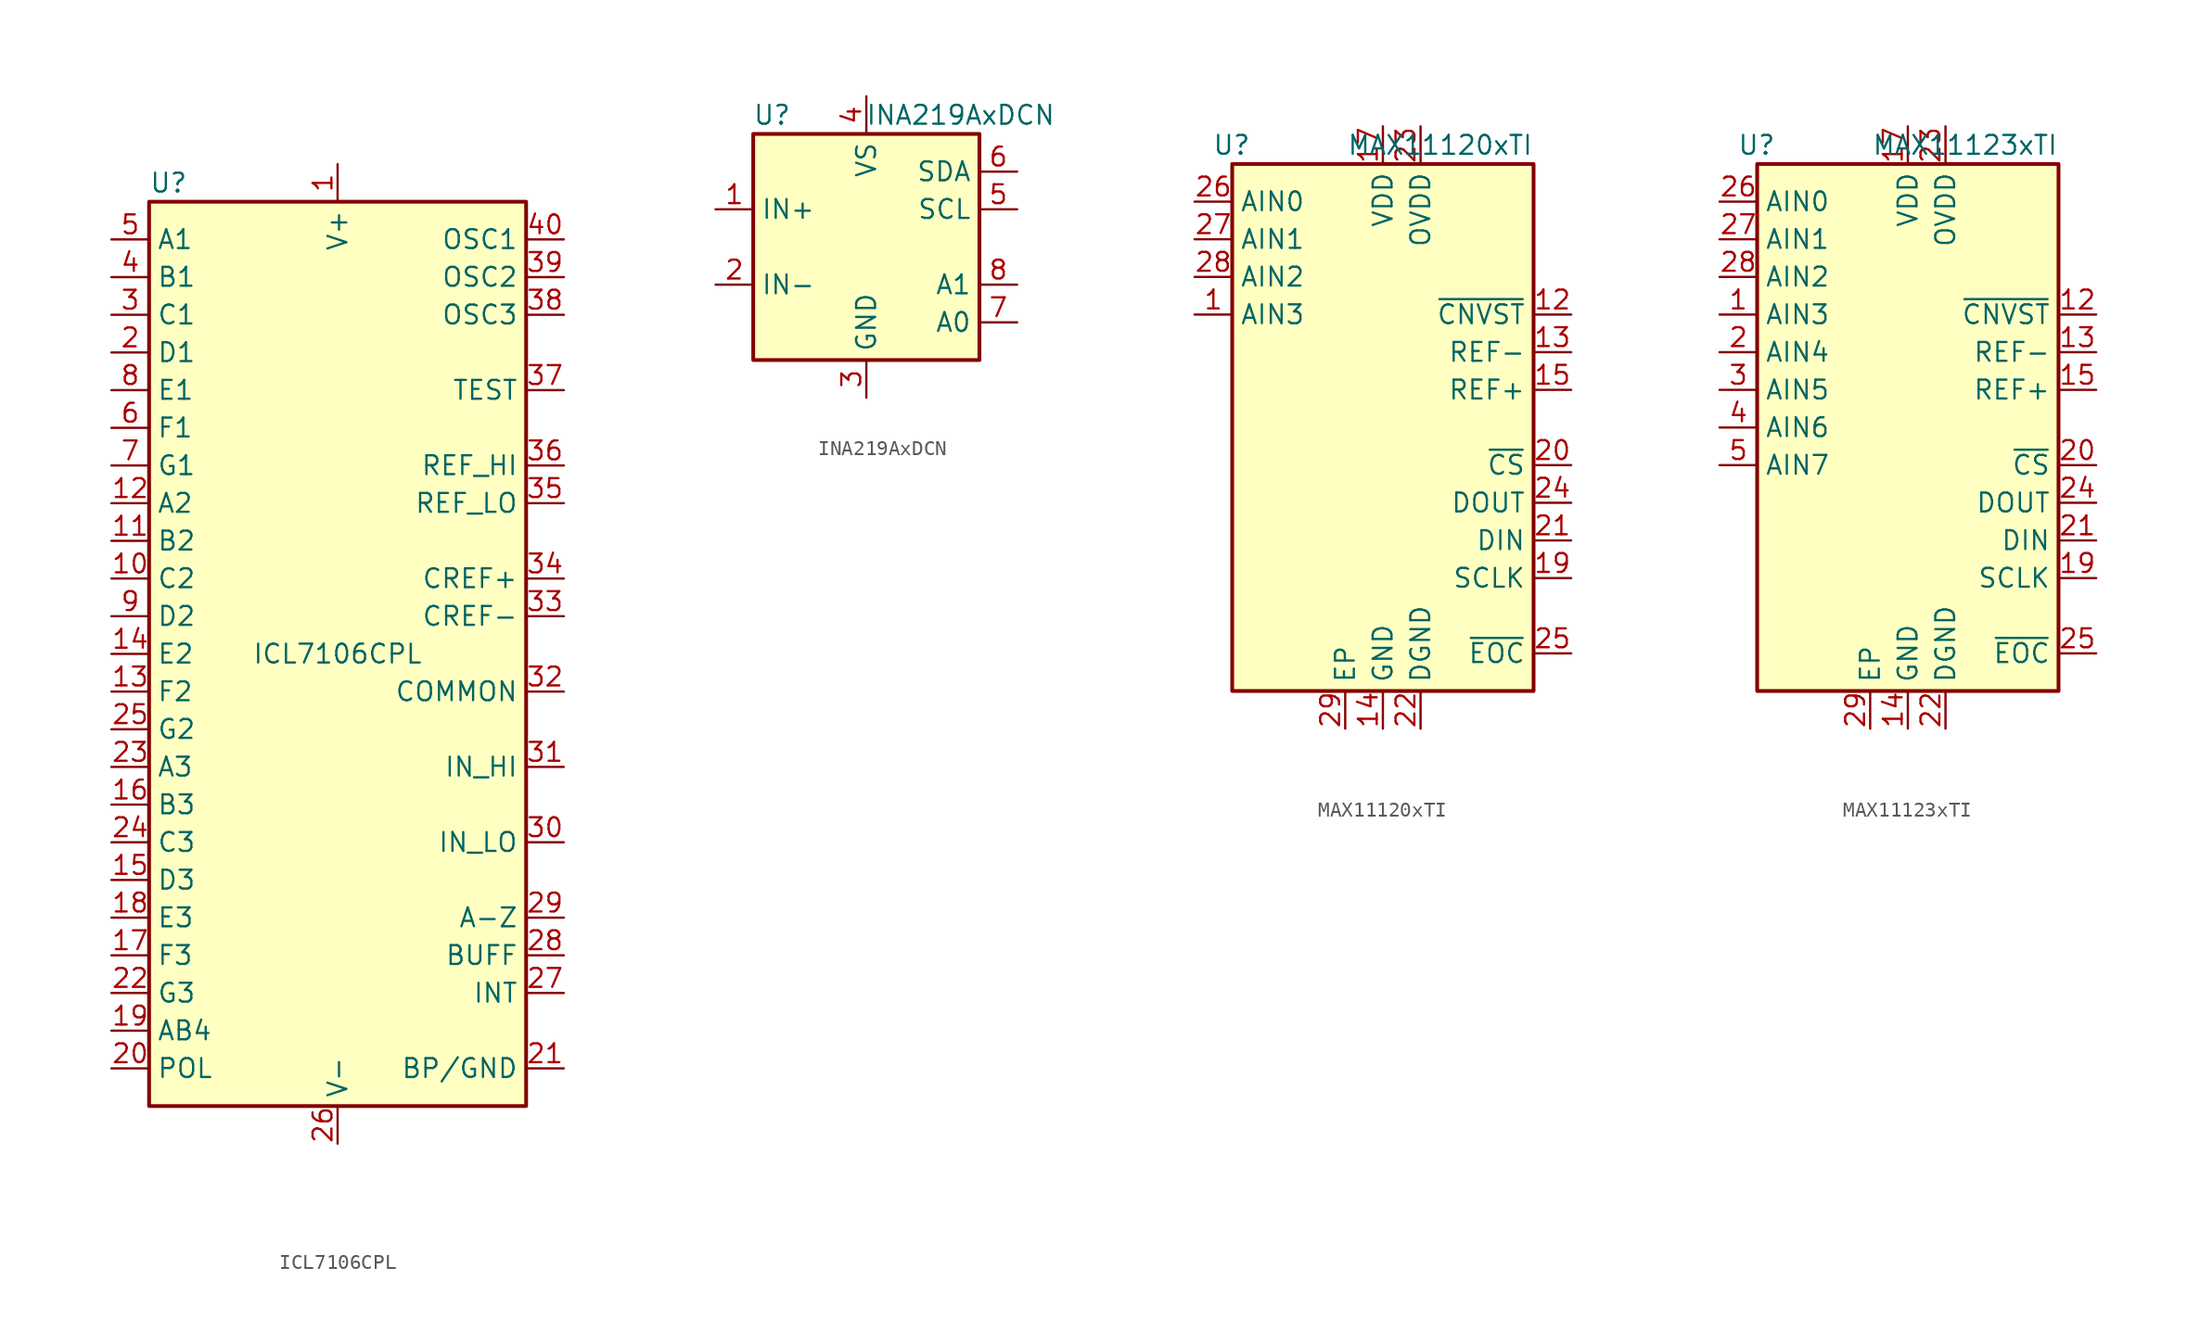
<source format=kicad_sym>
(kicad_symbol_lib
  (version 20201005)
  (generator kicad_symbol_editor)
  (symbol "Analog_ADC:ICL7106CPL"
    (property "Reference" "U"
      (at -12.7 31.75 0)
      (effects (font (size 1.27 1.27)) (justify left)))
    (property "Value" "ICL7106CPL"
      (at 0 0 0)
      (effects (font (size 1.27 1.27))))
    (symbol "ICL7106CPL_0_1"
      (rectangle (start -12.7 30.48) (end 12.7 -30.48) (stroke (width 0.254)) (fill (type background))))
    (symbol "ICL7106CPL_1_1"
      (pin power_in line (at 0 33.02 270) (length 2.54) (name "V+" (effects (font (size 1.27 1.27)))) (number "1" (effects (font (size 1.27 1.27)))))
      (pin output line (at -15.24 5.08 0) (length 2.54) (name "C2" (effects (font (size 1.27 1.27)))) (number "10" (effects (font (size 1.27 1.27)))))
      (pin output line (at -15.24 7.62 0) (length 2.54) (name "B2" (effects (font (size 1.27 1.27)))) (number "11" (effects (font (size 1.27 1.27)))))
      (pin output line (at -15.24 10.16 0) (length 2.54) (name "A2" (effects (font (size 1.27 1.27)))) (number "12" (effects (font (size 1.27 1.27)))))
      (pin output line (at -15.24 -2.54 0) (length 2.54) (name "F2" (effects (font (size 1.27 1.27)))) (number "13" (effects (font (size 1.27 1.27)))))
      (pin output line (at -15.24 0 0) (length 2.54) (name "E2" (effects (font (size 1.27 1.27)))) (number "14" (effects (font (size 1.27 1.27)))))
      (pin output line (at -15.24 -15.24 0) (length 2.54) (name "D3" (effects (font (size 1.27 1.27)))) (number "15" (effects (font (size 1.27 1.27)))))
      (pin output line (at -15.24 -10.16 0) (length 2.54) (name "B3" (effects (font (size 1.27 1.27)))) (number "16" (effects (font (size 1.27 1.27)))))
      (pin output line (at -15.24 -20.32 0) (length 2.54) (name "F3" (effects (font (size 1.27 1.27)))) (number "17" (effects (font (size 1.27 1.27)))))
      (pin output line (at -15.24 -17.78 0) (length 2.54) (name "E3" (effects (font (size 1.27 1.27)))) (number "18" (effects (font (size 1.27 1.27)))))
      (pin output line (at -15.24 -25.4 0) (length 2.54) (name "AB4" (effects (font (size 1.27 1.27)))) (number "19" (effects (font (size 1.27 1.27)))))
      (pin output line (at -15.24 20.32 0) (length 2.54) (name "D1" (effects (font (size 1.27 1.27)))) (number "2" (effects (font (size 1.27 1.27)))))
      (pin output line (at -15.24 -27.94 0) (length 2.54) (name "POL" (effects (font (size 1.27 1.27)))) (number "20" (effects (font (size 1.27 1.27)))))
      (pin bidirectional line (at 15.24 -27.94 180) (length 2.54) (name "BP/GND" (effects (font (size 1.27 1.27)))) (number "21" (effects (font (size 1.27 1.27)))))
      (pin output line (at -15.24 -22.86 0) (length 2.54) (name "G3" (effects (font (size 1.27 1.27)))) (number "22" (effects (font (size 1.27 1.27)))))
      (pin output line (at -15.24 -7.62 0) (length 2.54) (name "A3" (effects (font (size 1.27 1.27)))) (number "23" (effects (font (size 1.27 1.27)))))
      (pin output line (at -15.24 -12.7 0) (length 2.54) (name "C3" (effects (font (size 1.27 1.27)))) (number "24" (effects (font (size 1.27 1.27)))))
      (pin output line (at -15.24 -5.08 0) (length 2.54) (name "G2" (effects (font (size 1.27 1.27)))) (number "25" (effects (font (size 1.27 1.27)))))
      (pin power_in line (at 0 -33.02 90) (length 2.54) (name "V-" (effects (font (size 1.27 1.27)))) (number "26" (effects (font (size 1.27 1.27)))))
      (pin passive line (at 15.24 -22.86 180) (length 2.54) (name "INT" (effects (font (size 1.27 1.27)))) (number "27" (effects (font (size 1.27 1.27)))))
      (pin output line (at 15.24 -20.32 180) (length 2.54) (name "BUFF" (effects (font (size 1.27 1.27)))) (number "28" (effects (font (size 1.27 1.27)))))
      (pin passive line (at 15.24 -17.78 180) (length 2.54) (name "A-Z" (effects (font (size 1.27 1.27)))) (number "29" (effects (font (size 1.27 1.27)))))
      (pin output line (at -15.24 22.86 0) (length 2.54) (name "C1" (effects (font (size 1.27 1.27)))) (number "3" (effects (font (size 1.27 1.27)))))
      (pin input line (at 15.24 -12.7 180) (length 2.54) (name "IN_LO" (effects (font (size 1.27 1.27)))) (number "30" (effects (font (size 1.27 1.27)))))
      (pin input line (at 15.24 -7.62 180) (length 2.54) (name "IN_HI" (effects (font (size 1.27 1.27)))) (number "31" (effects (font (size 1.27 1.27)))))
      (pin output line (at 15.24 -2.54 180) (length 2.54) (name "COMMON" (effects (font (size 1.27 1.27)))) (number "32" (effects (font (size 1.27 1.27)))))
      (pin passive line (at 15.24 2.54 180) (length 2.54) (name "CREF-" (effects (font (size 1.27 1.27)))) (number "33" (effects (font (size 1.27 1.27)))))
      (pin passive line (at 15.24 5.08 180) (length 2.54) (name "CREF+" (effects (font (size 1.27 1.27)))) (number "34" (effects (font (size 1.27 1.27)))))
      (pin passive line (at 15.24 10.16 180) (length 2.54) (name "REF_LO" (effects (font (size 1.27 1.27)))) (number "35" (effects (font (size 1.27 1.27)))))
      (pin passive line (at 15.24 12.7 180) (length 2.54) (name "REF_HI" (effects (font (size 1.27 1.27)))) (number "36" (effects (font (size 1.27 1.27)))))
      (pin passive line (at 15.24 17.78 180) (length 2.54) (name "TEST" (effects (font (size 1.27 1.27)))) (number "37" (effects (font (size 1.27 1.27)))))
      (pin passive line (at 15.24 22.86 180) (length 2.54) (name "OSC3" (effects (font (size 1.27 1.27)))) (number "38" (effects (font (size 1.27 1.27)))))
      (pin passive line (at 15.24 25.4 180) (length 2.54) (name "OSC2" (effects (font (size 1.27 1.27)))) (number "39" (effects (font (size 1.27 1.27)))))
      (pin output line (at -15.24 25.4 0) (length 2.54) (name "B1" (effects (font (size 1.27 1.27)))) (number "4" (effects (font (size 1.27 1.27)))))
      (pin passive line (at 15.24 27.94 180) (length 2.54) (name "OSC1" (effects (font (size 1.27 1.27)))) (number "40" (effects (font (size 1.27 1.27)))))
      (pin output line (at -15.24 27.94 0) (length 2.54) (name "A1" (effects (font (size 1.27 1.27)))) (number "5" (effects (font (size 1.27 1.27)))))
      (pin output line (at -15.24 15.24 0) (length 2.54) (name "F1" (effects (font (size 1.27 1.27)))) (number "6" (effects (font (size 1.27 1.27)))))
      (pin output line (at -15.24 12.7 0) (length 2.54) (name "G1" (effects (font (size 1.27 1.27)))) (number "7" (effects (font (size 1.27 1.27)))))
      (pin output line (at -15.24 17.78 0) (length 2.54) (name "E1" (effects (font (size 1.27 1.27)))) (number "8" (effects (font (size 1.27 1.27)))))
      (pin output line (at -15.24 2.54 0) (length 2.54) (name "D2" (effects (font (size 1.27 1.27)))) (number "9" (effects (font (size 1.27 1.27)))))))
  (symbol "Analog_ADC:INA219AxDCN"
    (property "Reference" "U"
      (at -6.35 8.89 0)
      (effects (font (size 1.27 1.27))))
    (property "Value" "INA219AxDCN"
      (at 6.35 8.89 0)
      (effects (font (size 1.27 1.27))))
    (symbol "INA219AxDCN_0_1"
      (rectangle (start -7.62 7.62) (end 7.62 -7.62) (stroke (width 0.254)) (fill (type background))))
    (symbol "INA219AxDCN_1_1"
      (pin input line (at -10.16 2.54 0) (length 2.54) (name "IN+" (effects (font (size 1.27 1.27)))) (number "1" (effects (font (size 1.27 1.27)))))
      (pin input line (at -10.16 -2.54 0) (length 2.54) (name "IN-" (effects (font (size 1.27 1.27)))) (number "2" (effects (font (size 1.27 1.27)))))
      (pin power_in line (at 0 -10.16 90) (length 2.54) (name "GND" (effects (font (size 1.27 1.27)))) (number "3" (effects (font (size 1.27 1.27)))))
      (pin power_in line (at 0 10.16 270) (length 2.54) (name "VS" (effects (font (size 1.27 1.27)))) (number "4" (effects (font (size 1.27 1.27)))))
      (pin input line (at 10.16 2.54 180) (length 2.54) (name "SCL" (effects (font (size 1.27 1.27)))) (number "5" (effects (font (size 1.27 1.27)))))
      (pin bidirectional line (at 10.16 5.08 180) (length 2.54) (name "SDA" (effects (font (size 1.27 1.27)))) (number "6" (effects (font (size 1.27 1.27)))))
      (pin input line (at 10.16 -5.08 180) (length 2.54) (name "A0" (effects (font (size 1.27 1.27)))) (number "7" (effects (font (size 1.27 1.27)))))
      (pin input line (at 10.16 -2.54 180) (length 2.54) (name "A1" (effects (font (size 1.27 1.27)))) (number "8" (effects (font (size 1.27 1.27)))))))
  (symbol "Analog_ADC:MAX11120xTI"
    (property "Reference" "U"
      (at -8.89 19.05 0)
      (effects (font (size 1.27 1.27)) (justify right)))
    (property "Value" "MAX11120xTI"
      (at 10.16 19.05 0)
      (effects (font (size 1.27 1.27)) (justify right)))
    (symbol "MAX11120xTI_0_1"
      (rectangle (start 10.16 17.78) (end -10.16 -17.78) (stroke (width 0.254)) (fill (type background))))
    (symbol "MAX11120xTI_1_1"
      (pin input line (at -12.7 7.62 0) (length 2.54) (name "AIN3" (effects (font (size 1.27 1.27)))) (number "1" (effects (font (size 1.27 1.27)))))
      (pin passive line (at 0 -20.32 90) (length 2.54) hide (name "GND" (effects (font (size 1.27 1.27)))) (number "10" (effects (font (size 1.27 1.27)))))
      (pin passive line (at 0 -20.32 90) (length 2.54) hide (name "GND" (effects (font (size 1.27 1.27)))) (number "11" (effects (font (size 1.27 1.27)))))
      (pin input line (at 12.7 7.62 180) (length 2.54) (name "~CNVST" (effects (font (size 1.27 1.27)))) (number "12" (effects (font (size 1.27 1.27)))))
      (pin input line (at 12.7 5.08 180) (length 2.54) (name "REF-" (effects (font (size 1.27 1.27)))) (number "13" (effects (font (size 1.27 1.27)))))
      (pin power_in line (at 0 -20.32 90) (length 2.54) (name "GND" (effects (font (size 1.27 1.27)))) (number "14" (effects (font (size 1.27 1.27)))))
      (pin input line (at 12.7 2.54 180) (length 2.54) (name "REF+" (effects (font (size 1.27 1.27)))) (number "15" (effects (font (size 1.27 1.27)))))
      (pin passive line (at 0 -20.32 90) (length 2.54) hide (name "GND" (effects (font (size 1.27 1.27)))) (number "16" (effects (font (size 1.27 1.27)))))
      (pin power_in line (at 0 20.32 270) (length 2.54) (name "VDD" (effects (font (size 1.27 1.27)))) (number "17" (effects (font (size 1.27 1.27)))))
      (pin passive line (at 0 20.32 270) (length 2.54) hide (name "VDD" (effects (font (size 1.27 1.27)))) (number "18" (effects (font (size 1.27 1.27)))))
      (pin input line (at 12.7 -10.16 180) (length 2.54) (name "SCLK" (effects (font (size 1.27 1.27)))) (number "19" (effects (font (size 1.27 1.27)))))
      (pin passive line (at 0 -20.32 90) (length 2.54) hide (name "GND" (effects (font (size 1.27 1.27)))) (number "2" (effects (font (size 1.27 1.27)))))
      (pin input line (at 12.7 -2.54 180) (length 2.54) (name "~CS" (effects (font (size 1.27 1.27)))) (number "20" (effects (font (size 1.27 1.27)))))
      (pin input line (at 12.7 -7.62 180) (length 2.54) (name "DIN" (effects (font (size 1.27 1.27)))) (number "21" (effects (font (size 1.27 1.27)))))
      (pin power_in line (at 2.54 -20.32 90) (length 2.54) (name "DGND" (effects (font (size 1.27 1.27)))) (number "22" (effects (font (size 1.27 1.27)))))
      (pin power_in line (at 2.54 20.32 270) (length 2.54) (name "OVDD" (effects (font (size 1.27 1.27)))) (number "23" (effects (font (size 1.27 1.27)))))
      (pin output line (at 12.7 -5.08 180) (length 2.54) (name "DOUT" (effects (font (size 1.27 1.27)))) (number "24" (effects (font (size 1.27 1.27)))))
      (pin output line (at 12.7 -15.24 180) (length 2.54) (name "~EOC" (effects (font (size 1.27 1.27)))) (number "25" (effects (font (size 1.27 1.27)))))
      (pin input line (at -12.7 15.24 0) (length 2.54) (name "AIN0" (effects (font (size 1.27 1.27)))) (number "26" (effects (font (size 1.27 1.27)))))
      (pin input line (at -12.7 12.7 0) (length 2.54) (name "AIN1" (effects (font (size 1.27 1.27)))) (number "27" (effects (font (size 1.27 1.27)))))
      (pin input line (at -12.7 10.16 0) (length 2.54) (name "AIN2" (effects (font (size 1.27 1.27)))) (number "28" (effects (font (size 1.27 1.27)))))
      (pin power_in line (at -2.54 -20.32 90) (length 2.54) (name "EP" (effects (font (size 1.27 1.27)))) (number "29" (effects (font (size 1.27 1.27)))))
      (pin passive line (at 0 -20.32 90) (length 2.54) hide (name "GND" (effects (font (size 1.27 1.27)))) (number "3" (effects (font (size 1.27 1.27)))))
      (pin passive line (at 0 -20.32 90) (length 2.54) hide (name "GND" (effects (font (size 1.27 1.27)))) (number "4" (effects (font (size 1.27 1.27)))))
      (pin passive line (at 0 -20.32 90) (length 2.54) hide (name "GND" (effects (font (size 1.27 1.27)))) (number "5" (effects (font (size 1.27 1.27)))))
      (pin passive line (at 0 -20.32 90) (length 2.54) hide (name "GND" (effects (font (size 1.27 1.27)))) (number "6" (effects (font (size 1.27 1.27)))))
      (pin passive line (at 0 -20.32 90) (length 2.54) hide (name "GND" (effects (font (size 1.27 1.27)))) (number "7" (effects (font (size 1.27 1.27)))))
      (pin passive line (at 0 -20.32 90) (length 2.54) hide (name "GND" (effects (font (size 1.27 1.27)))) (number "8" (effects (font (size 1.27 1.27)))))
      (pin passive line (at 0 -20.32 90) (length 2.54) hide (name "GND" (effects (font (size 1.27 1.27)))) (number "9" (effects (font (size 1.27 1.27)))))))
  (symbol "Analog_ADC:MAX11123xTI"
    (property "Reference" "U"
      (at -8.89 19.05 0)
      (effects (font (size 1.27 1.27)) (justify right)))
    (property "Value" "MAX11123xTI"
      (at 10.16 19.05 0)
      (effects (font (size 1.27 1.27)) (justify right)))
    (symbol "MAX11123xTI_0_1"
      (rectangle (start 10.16 17.78) (end -10.16 -17.78) (stroke (width 0.254)) (fill (type background))))
    (symbol "MAX11123xTI_1_1"
      (pin input line (at -12.7 7.62 0) (length 2.54) (name "AIN3" (effects (font (size 1.27 1.27)))) (number "1" (effects (font (size 1.27 1.27)))))
      (pin passive line (at 0 -20.32 90) (length 2.54) hide (name "GND" (effects (font (size 1.27 1.27)))) (number "10" (effects (font (size 1.27 1.27)))))
      (pin passive line (at 0 -20.32 90) (length 2.54) hide (name "GND" (effects (font (size 1.27 1.27)))) (number "11" (effects (font (size 1.27 1.27)))))
      (pin input line (at 12.7 7.62 180) (length 2.54) (name "~CNVST" (effects (font (size 1.27 1.27)))) (number "12" (effects (font (size 1.27 1.27)))))
      (pin input line (at 12.7 5.08 180) (length 2.54) (name "REF-" (effects (font (size 1.27 1.27)))) (number "13" (effects (font (size 1.27 1.27)))))
      (pin power_in line (at 0 -20.32 90) (length 2.54) (name "GND" (effects (font (size 1.27 1.27)))) (number "14" (effects (font (size 1.27 1.27)))))
      (pin input line (at 12.7 2.54 180) (length 2.54) (name "REF+" (effects (font (size 1.27 1.27)))) (number "15" (effects (font (size 1.27 1.27)))))
      (pin passive line (at 0 -20.32 90) (length 2.54) hide (name "GND" (effects (font (size 1.27 1.27)))) (number "16" (effects (font (size 1.27 1.27)))))
      (pin power_in line (at 0 20.32 270) (length 2.54) (name "VDD" (effects (font (size 1.27 1.27)))) (number "17" (effects (font (size 1.27 1.27)))))
      (pin passive line (at 0 20.32 270) (length 2.54) hide (name "VDD" (effects (font (size 1.27 1.27)))) (number "18" (effects (font (size 1.27 1.27)))))
      (pin input line (at 12.7 -10.16 180) (length 2.54) (name "SCLK" (effects (font (size 1.27 1.27)))) (number "19" (effects (font (size 1.27 1.27)))))
      (pin input line (at -12.7 5.08 0) (length 2.54) (name "AIN4" (effects (font (size 1.27 1.27)))) (number "2" (effects (font (size 1.27 1.27)))))
      (pin input line (at 12.7 -2.54 180) (length 2.54) (name "~CS" (effects (font (size 1.27 1.27)))) (number "20" (effects (font (size 1.27 1.27)))))
      (pin input line (at 12.7 -7.62 180) (length 2.54) (name "DIN" (effects (font (size 1.27 1.27)))) (number "21" (effects (font (size 1.27 1.27)))))
      (pin power_in line (at 2.54 -20.32 90) (length 2.54) (name "DGND" (effects (font (size 1.27 1.27)))) (number "22" (effects (font (size 1.27 1.27)))))
      (pin power_in line (at 2.54 20.32 270) (length 2.54) (name "OVDD" (effects (font (size 1.27 1.27)))) (number "23" (effects (font (size 1.27 1.27)))))
      (pin output line (at 12.7 -5.08 180) (length 2.54) (name "DOUT" (effects (font (size 1.27 1.27)))) (number "24" (effects (font (size 1.27 1.27)))))
      (pin output line (at 12.7 -15.24 180) (length 2.54) (name "~EOC" (effects (font (size 1.27 1.27)))) (number "25" (effects (font (size 1.27 1.27)))))
      (pin input line (at -12.7 15.24 0) (length 2.54) (name "AIN0" (effects (font (size 1.27 1.27)))) (number "26" (effects (font (size 1.27 1.27)))))
      (pin input line (at -12.7 12.7 0) (length 2.54) (name "AIN1" (effects (font (size 1.27 1.27)))) (number "27" (effects (font (size 1.27 1.27)))))
      (pin input line (at -12.7 10.16 0) (length 2.54) (name "AIN2" (effects (font (size 1.27 1.27)))) (number "28" (effects (font (size 1.27 1.27)))))
      (pin power_in line (at -2.54 -20.32 90) (length 2.54) (name "EP" (effects (font (size 1.27 1.27)))) (number "29" (effects (font (size 1.27 1.27)))))
      (pin input line (at -12.7 2.54 0) (length 2.54) (name "AIN5" (effects (font (size 1.27 1.27)))) (number "3" (effects (font (size 1.27 1.27)))))
      (pin input line (at -12.7 0 0) (length 2.54) (name "AIN6" (effects (font (size 1.27 1.27)))) (number "4" (effects (font (size 1.27 1.27)))))
      (pin input line (at -12.7 -2.54 0) (length 2.54) (name "AIN7" (effects (font (size 1.27 1.27)))) (number "5" (effects (font (size 1.27 1.27)))))
      (pin passive line (at 0 -20.32 90) (length 2.54) hide (name "GND" (effects (font (size 1.27 1.27)))) (number "6" (effects (font (size 1.27 1.27)))))
      (pin passive line (at 0 -20.32 90) (length 2.54) hide (name "GND" (effects (font (size 1.27 1.27)))) (number "7" (effects (font (size 1.27 1.27)))))
      (pin passive line (at 0 -20.32 90) (length 2.54) hide (name "GND" (effects (font (size 1.27 1.27)))) (number "8" (effects (font (size 1.27 1.27)))))
      (pin passive line (at 0 -20.32 90) (length 2.54) hide (name "GND" (effects (font (size 1.27 1.27)))) (number "9" (effects (font (size 1.27 1.27))))))))
</source>
